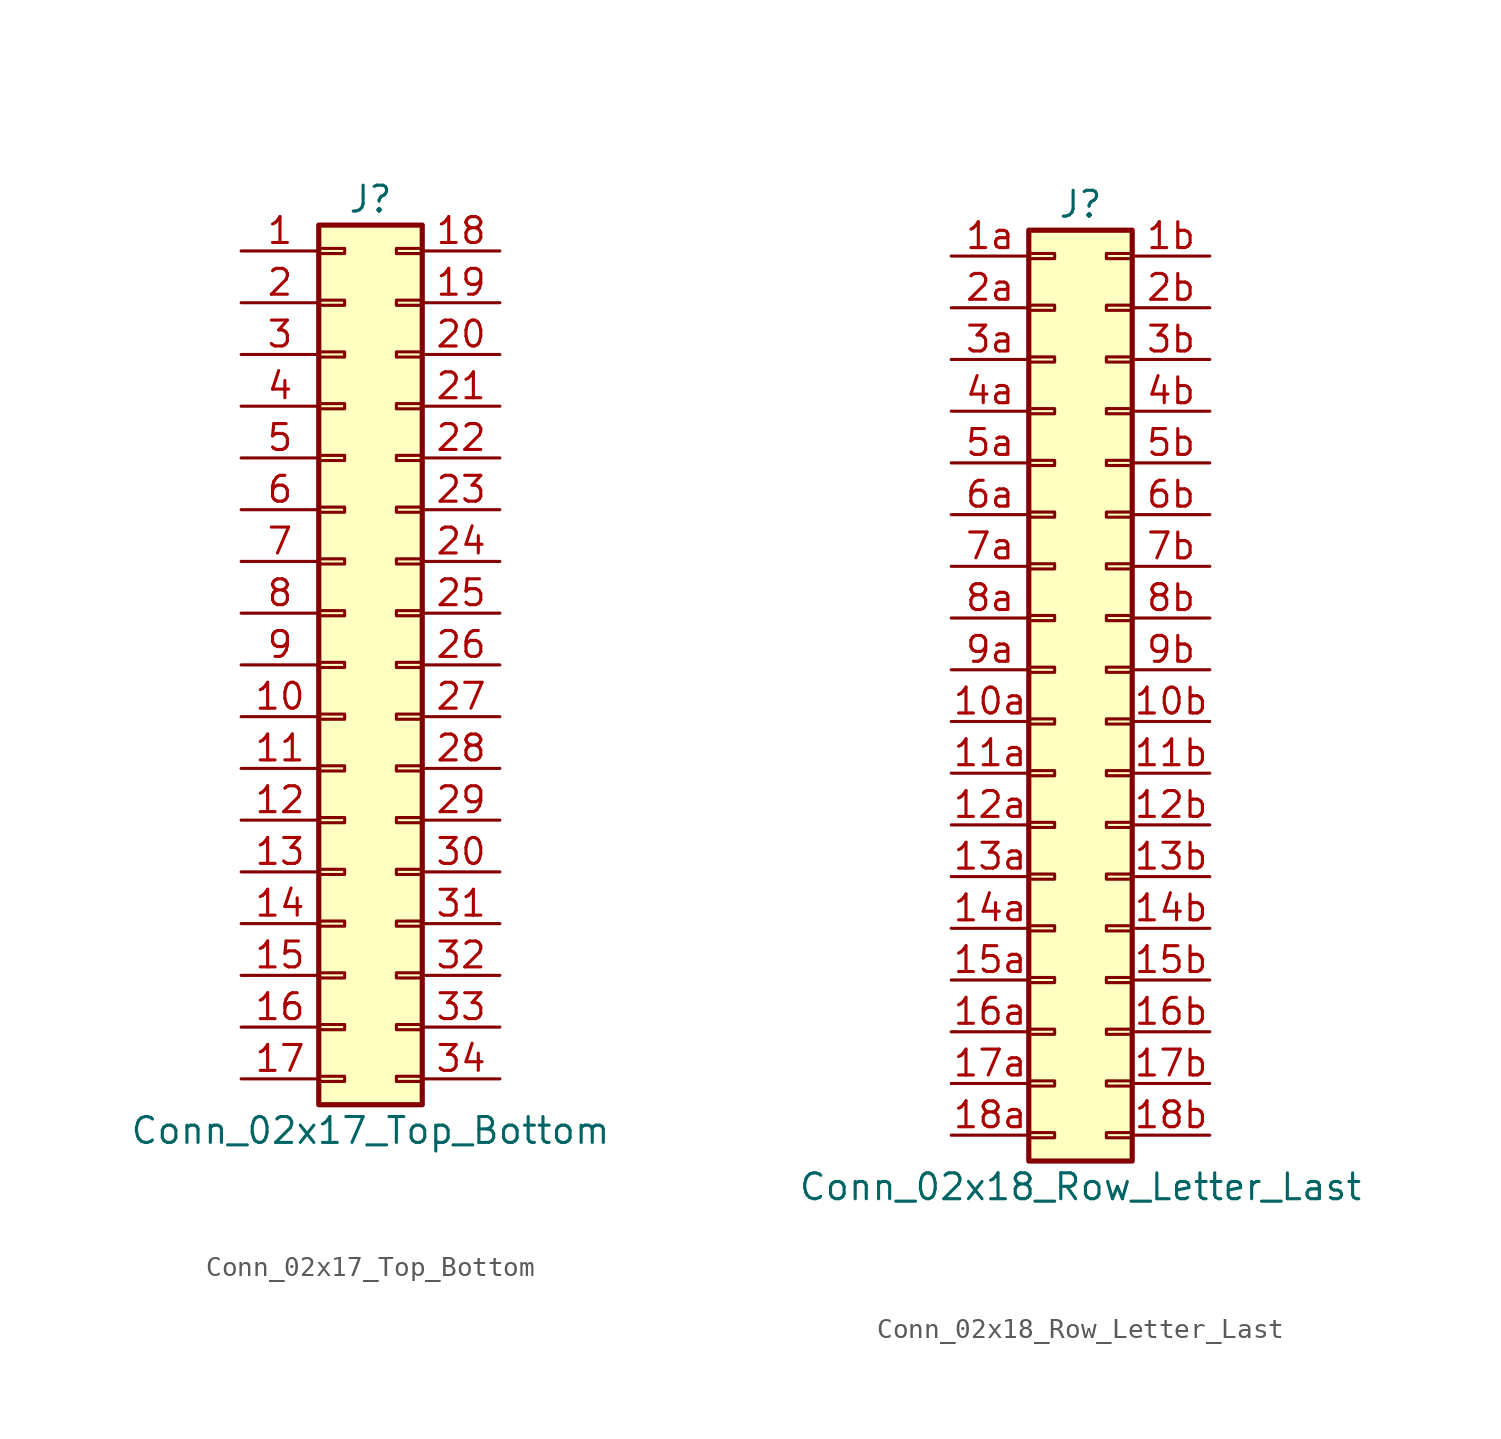
<source format=kicad_sym>
(kicad_symbol_lib
  (version 20201005)
  (generator kicad_symbol_editor)
  (symbol "Conn_02x17_Top_Bottom"
    (pin_names
      (offset 1.016) hide)
    (property "Reference" "J"
      (at 1.27 22.86 0)
      (effects (font (size 1.27 1.27))))
    (property "Value" "Conn_02x17_Top_Bottom"
      (at 1.27 -22.86 0)
      (effects (font (size 1.27 1.27))))
    (symbol "Conn_02x17_Top_Bottom_1_1"
      (rectangle (start -1.27 -20.193) (end 0 -20.447) (stroke (width 0.152)) (fill (type none)))
      (rectangle (start -1.27 -17.653) (end 0 -17.907) (stroke (width 0.152)) (fill (type none)))
      (rectangle (start -1.27 -15.113) (end 0 -15.367) (stroke (width 0.152)) (fill (type none)))
      (rectangle (start -1.27 -12.573) (end 0 -12.827) (stroke (width 0.152)) (fill (type none)))
      (rectangle (start -1.27 -10.033) (end 0 -10.287) (stroke (width 0.152)) (fill (type none)))
      (rectangle (start -1.27 -7.493) (end 0 -7.747) (stroke (width 0.152)) (fill (type none)))
      (rectangle (start -1.27 -4.953) (end 0 -5.207) (stroke (width 0.152)) (fill (type none)))
      (rectangle (start -1.27 -2.413) (end 0 -2.667) (stroke (width 0.152)) (fill (type none)))
      (rectangle (start -1.27 0.127) (end 0 -0.127) (stroke (width 0.152)) (fill (type none)))
      (rectangle (start -1.27 2.667) (end 0 2.413) (stroke (width 0.152)) (fill (type none)))
      (rectangle (start -1.27 5.207) (end 0 4.953) (stroke (width 0.152)) (fill (type none)))
      (rectangle (start -1.27 7.747) (end 0 7.493) (stroke (width 0.152)) (fill (type none)))
      (rectangle (start -1.27 10.287) (end 0 10.033) (stroke (width 0.152)) (fill (type none)))
      (rectangle (start -1.27 12.827) (end 0 12.573) (stroke (width 0.152)) (fill (type none)))
      (rectangle (start -1.27 15.367) (end 0 15.113) (stroke (width 0.152)) (fill (type none)))
      (rectangle (start -1.27 17.907) (end 0 17.653) (stroke (width 0.152)) (fill (type none)))
      (rectangle (start -1.27 20.447) (end 0 20.193) (stroke (width 0.152)) (fill (type none)))
      (rectangle (start -1.27 21.59) (end 3.81 -21.59) (stroke (width 0.254)) (fill (type background)))
      (rectangle (start 3.81 -20.193) (end 2.54 -20.447) (stroke (width 0.152)) (fill (type none)))
      (rectangle (start 3.81 -17.653) (end 2.54 -17.907) (stroke (width 0.152)) (fill (type none)))
      (rectangle (start 3.81 -15.113) (end 2.54 -15.367) (stroke (width 0.152)) (fill (type none)))
      (rectangle (start 3.81 -12.573) (end 2.54 -12.827) (stroke (width 0.152)) (fill (type none)))
      (rectangle (start 3.81 -10.033) (end 2.54 -10.287) (stroke (width 0.152)) (fill (type none)))
      (rectangle (start 3.81 -7.493) (end 2.54 -7.747) (stroke (width 0.152)) (fill (type none)))
      (rectangle (start 3.81 -4.953) (end 2.54 -5.207) (stroke (width 0.152)) (fill (type none)))
      (rectangle (start 3.81 -2.413) (end 2.54 -2.667) (stroke (width 0.152)) (fill (type none)))
      (rectangle (start 3.81 0.127) (end 2.54 -0.127) (stroke (width 0.152)) (fill (type none)))
      (rectangle (start 3.81 2.667) (end 2.54 2.413) (stroke (width 0.152)) (fill (type none)))
      (rectangle (start 3.81 5.207) (end 2.54 4.953) (stroke (width 0.152)) (fill (type none)))
      (rectangle (start 3.81 7.747) (end 2.54 7.493) (stroke (width 0.152)) (fill (type none)))
      (rectangle (start 3.81 10.287) (end 2.54 10.033) (stroke (width 0.152)) (fill (type none)))
      (rectangle (start 3.81 12.827) (end 2.54 12.573) (stroke (width 0.152)) (fill (type none)))
      (rectangle (start 3.81 15.367) (end 2.54 15.113) (stroke (width 0.152)) (fill (type none)))
      (rectangle (start 3.81 17.907) (end 2.54 17.653) (stroke (width 0.152)) (fill (type none)))
      (rectangle (start 3.81 20.447) (end 2.54 20.193) (stroke (width 0.152)) (fill (type none)))
      (pin passive line (at -5.08 20.32 0) (length 3.81) (name "Pin_1" (effects (font (size 1.27 1.27)))) (number "1" (effects (font (size 1.27 1.27)))))
      (pin passive line (at -5.08 -2.54 0) (length 3.81) (name "Pin_10" (effects (font (size 1.27 1.27)))) (number "10" (effects (font (size 1.27 1.27)))))
      (pin passive line (at -5.08 -5.08 0) (length 3.81) (name "Pin_11" (effects (font (size 1.27 1.27)))) (number "11" (effects (font (size 1.27 1.27)))))
      (pin passive line (at -5.08 -7.62 0) (length 3.81) (name "Pin_12" (effects (font (size 1.27 1.27)))) (number "12" (effects (font (size 1.27 1.27)))))
      (pin passive line (at -5.08 -10.16 0) (length 3.81) (name "Pin_13" (effects (font (size 1.27 1.27)))) (number "13" (effects (font (size 1.27 1.27)))))
      (pin passive line (at -5.08 -12.7 0) (length 3.81) (name "Pin_14" (effects (font (size 1.27 1.27)))) (number "14" (effects (font (size 1.27 1.27)))))
      (pin passive line (at -5.08 -15.24 0) (length 3.81) (name "Pin_15" (effects (font (size 1.27 1.27)))) (number "15" (effects (font (size 1.27 1.27)))))
      (pin passive line (at -5.08 -17.78 0) (length 3.81) (name "Pin_16" (effects (font (size 1.27 1.27)))) (number "16" (effects (font (size 1.27 1.27)))))
      (pin passive line (at -5.08 -20.32 0) (length 3.81) (name "Pin_17" (effects (font (size 1.27 1.27)))) (number "17" (effects (font (size 1.27 1.27)))))
      (pin passive line (at 7.62 20.32 180) (length 3.81) (name "Pin_18" (effects (font (size 1.27 1.27)))) (number "18" (effects (font (size 1.27 1.27)))))
      (pin passive line (at 7.62 17.78 180) (length 3.81) (name "Pin_19" (effects (font (size 1.27 1.27)))) (number "19" (effects (font (size 1.27 1.27)))))
      (pin passive line (at -5.08 17.78 0) (length 3.81) (name "Pin_2" (effects (font (size 1.27 1.27)))) (number "2" (effects (font (size 1.27 1.27)))))
      (pin passive line (at 7.62 15.24 180) (length 3.81) (name "Pin_20" (effects (font (size 1.27 1.27)))) (number "20" (effects (font (size 1.27 1.27)))))
      (pin passive line (at 7.62 12.7 180) (length 3.81) (name "Pin_21" (effects (font (size 1.27 1.27)))) (number "21" (effects (font (size 1.27 1.27)))))
      (pin passive line (at 7.62 10.16 180) (length 3.81) (name "Pin_22" (effects (font (size 1.27 1.27)))) (number "22" (effects (font (size 1.27 1.27)))))
      (pin passive line (at 7.62 7.62 180) (length 3.81) (name "Pin_23" (effects (font (size 1.27 1.27)))) (number "23" (effects (font (size 1.27 1.27)))))
      (pin passive line (at 7.62 5.08 180) (length 3.81) (name "Pin_24" (effects (font (size 1.27 1.27)))) (number "24" (effects (font (size 1.27 1.27)))))
      (pin passive line (at 7.62 2.54 180) (length 3.81) (name "Pin_25" (effects (font (size 1.27 1.27)))) (number "25" (effects (font (size 1.27 1.27)))))
      (pin passive line (at 7.62 0 180) (length 3.81) (name "Pin_26" (effects (font (size 1.27 1.27)))) (number "26" (effects (font (size 1.27 1.27)))))
      (pin passive line (at 7.62 -2.54 180) (length 3.81) (name "Pin_27" (effects (font (size 1.27 1.27)))) (number "27" (effects (font (size 1.27 1.27)))))
      (pin passive line (at 7.62 -5.08 180) (length 3.81) (name "Pin_28" (effects (font (size 1.27 1.27)))) (number "28" (effects (font (size 1.27 1.27)))))
      (pin passive line (at 7.62 -7.62 180) (length 3.81) (name "Pin_29" (effects (font (size 1.27 1.27)))) (number "29" (effects (font (size 1.27 1.27)))))
      (pin passive line (at -5.08 15.24 0) (length 3.81) (name "Pin_3" (effects (font (size 1.27 1.27)))) (number "3" (effects (font (size 1.27 1.27)))))
      (pin passive line (at 7.62 -10.16 180) (length 3.81) (name "Pin_30" (effects (font (size 1.27 1.27)))) (number "30" (effects (font (size 1.27 1.27)))))
      (pin passive line (at 7.62 -12.7 180) (length 3.81) (name "Pin_31" (effects (font (size 1.27 1.27)))) (number "31" (effects (font (size 1.27 1.27)))))
      (pin passive line (at 7.62 -15.24 180) (length 3.81) (name "Pin_32" (effects (font (size 1.27 1.27)))) (number "32" (effects (font (size 1.27 1.27)))))
      (pin passive line (at 7.62 -17.78 180) (length 3.81) (name "Pin_33" (effects (font (size 1.27 1.27)))) (number "33" (effects (font (size 1.27 1.27)))))
      (pin passive line (at 7.62 -20.32 180) (length 3.81) (name "Pin_34" (effects (font (size 1.27 1.27)))) (number "34" (effects (font (size 1.27 1.27)))))
      (pin passive line (at -5.08 12.7 0) (length 3.81) (name "Pin_4" (effects (font (size 1.27 1.27)))) (number "4" (effects (font (size 1.27 1.27)))))
      (pin passive line (at -5.08 10.16 0) (length 3.81) (name "Pin_5" (effects (font (size 1.27 1.27)))) (number "5" (effects (font (size 1.27 1.27)))))
      (pin passive line (at -5.08 7.62 0) (length 3.81) (name "Pin_6" (effects (font (size 1.27 1.27)))) (number "6" (effects (font (size 1.27 1.27)))))
      (pin passive line (at -5.08 5.08 0) (length 3.81) (name "Pin_7" (effects (font (size 1.27 1.27)))) (number "7" (effects (font (size 1.27 1.27)))))
      (pin passive line (at -5.08 2.54 0) (length 3.81) (name "Pin_8" (effects (font (size 1.27 1.27)))) (number "8" (effects (font (size 1.27 1.27)))))
      (pin passive line (at -5.08 0 0) (length 3.81) (name "Pin_9" (effects (font (size 1.27 1.27)))) (number "9" (effects (font (size 1.27 1.27)))))))
  (symbol "Conn_02x18_Row_Letter_Last"
    (pin_names
      (offset 1.016) hide)
    (property "Reference" "J"
      (at 1.27 22.86 0)
      (effects (font (size 1.27 1.27))))
    (property "Value" "Conn_02x18_Row_Letter_Last"
      (at 1.27 -25.4 0)
      (effects (font (size 1.27 1.27))))
    (symbol "Conn_02x18_Row_Letter_Last_1_1"
      (rectangle (start -1.27 -22.733) (end 0 -22.987) (stroke (width 0.152)) (fill (type none)))
      (rectangle (start -1.27 -20.193) (end 0 -20.447) (stroke (width 0.152)) (fill (type none)))
      (rectangle (start -1.27 -17.653) (end 0 -17.907) (stroke (width 0.152)) (fill (type none)))
      (rectangle (start -1.27 -15.113) (end 0 -15.367) (stroke (width 0.152)) (fill (type none)))
      (rectangle (start -1.27 -12.573) (end 0 -12.827) (stroke (width 0.152)) (fill (type none)))
      (rectangle (start -1.27 -10.033) (end 0 -10.287) (stroke (width 0.152)) (fill (type none)))
      (rectangle (start -1.27 -7.493) (end 0 -7.747) (stroke (width 0.152)) (fill (type none)))
      (rectangle (start -1.27 -4.953) (end 0 -5.207) (stroke (width 0.152)) (fill (type none)))
      (rectangle (start -1.27 -2.413) (end 0 -2.667) (stroke (width 0.152)) (fill (type none)))
      (rectangle (start -1.27 0.127) (end 0 -0.127) (stroke (width 0.152)) (fill (type none)))
      (rectangle (start -1.27 2.667) (end 0 2.413) (stroke (width 0.152)) (fill (type none)))
      (rectangle (start -1.27 5.207) (end 0 4.953) (stroke (width 0.152)) (fill (type none)))
      (rectangle (start -1.27 7.747) (end 0 7.493) (stroke (width 0.152)) (fill (type none)))
      (rectangle (start -1.27 10.287) (end 0 10.033) (stroke (width 0.152)) (fill (type none)))
      (rectangle (start -1.27 12.827) (end 0 12.573) (stroke (width 0.152)) (fill (type none)))
      (rectangle (start -1.27 15.367) (end 0 15.113) (stroke (width 0.152)) (fill (type none)))
      (rectangle (start -1.27 17.907) (end 0 17.653) (stroke (width 0.152)) (fill (type none)))
      (rectangle (start -1.27 20.447) (end 0 20.193) (stroke (width 0.152)) (fill (type none)))
      (rectangle (start -1.27 21.59) (end 3.81 -24.13) (stroke (width 0.254)) (fill (type background)))
      (rectangle (start 3.81 -22.733) (end 2.54 -22.987) (stroke (width 0.152)) (fill (type none)))
      (rectangle (start 3.81 -20.193) (end 2.54 -20.447) (stroke (width 0.152)) (fill (type none)))
      (rectangle (start 3.81 -17.653) (end 2.54 -17.907) (stroke (width 0.152)) (fill (type none)))
      (rectangle (start 3.81 -15.113) (end 2.54 -15.367) (stroke (width 0.152)) (fill (type none)))
      (rectangle (start 3.81 -12.573) (end 2.54 -12.827) (stroke (width 0.152)) (fill (type none)))
      (rectangle (start 3.81 -10.033) (end 2.54 -10.287) (stroke (width 0.152)) (fill (type none)))
      (rectangle (start 3.81 -7.493) (end 2.54 -7.747) (stroke (width 0.152)) (fill (type none)))
      (rectangle (start 3.81 -4.953) (end 2.54 -5.207) (stroke (width 0.152)) (fill (type none)))
      (rectangle (start 3.81 -2.413) (end 2.54 -2.667) (stroke (width 0.152)) (fill (type none)))
      (rectangle (start 3.81 0.127) (end 2.54 -0.127) (stroke (width 0.152)) (fill (type none)))
      (rectangle (start 3.81 2.667) (end 2.54 2.413) (stroke (width 0.152)) (fill (type none)))
      (rectangle (start 3.81 5.207) (end 2.54 4.953) (stroke (width 0.152)) (fill (type none)))
      (rectangle (start 3.81 7.747) (end 2.54 7.493) (stroke (width 0.152)) (fill (type none)))
      (rectangle (start 3.81 10.287) (end 2.54 10.033) (stroke (width 0.152)) (fill (type none)))
      (rectangle (start 3.81 12.827) (end 2.54 12.573) (stroke (width 0.152)) (fill (type none)))
      (rectangle (start 3.81 15.367) (end 2.54 15.113) (stroke (width 0.152)) (fill (type none)))
      (rectangle (start 3.81 17.907) (end 2.54 17.653) (stroke (width 0.152)) (fill (type none)))
      (rectangle (start 3.81 20.447) (end 2.54 20.193) (stroke (width 0.152)) (fill (type none)))
      (pin passive line (at -5.08 -2.54 0) (length 3.81) (name "Pin_10a" (effects (font (size 1.27 1.27)))) (number "10a" (effects (font (size 1.27 1.27)))))
      (pin passive line (at 7.62 -2.54 180) (length 3.81) (name "Pin_10b" (effects (font (size 1.27 1.27)))) (number "10b" (effects (font (size 1.27 1.27)))))
      (pin passive line (at -5.08 -5.08 0) (length 3.81) (name "Pin_11a" (effects (font (size 1.27 1.27)))) (number "11a" (effects (font (size 1.27 1.27)))))
      (pin passive line (at 7.62 -5.08 180) (length 3.81) (name "Pin_11b" (effects (font (size 1.27 1.27)))) (number "11b" (effects (font (size 1.27 1.27)))))
      (pin passive line (at -5.08 -7.62 0) (length 3.81) (name "Pin_12a" (effects (font (size 1.27 1.27)))) (number "12a" (effects (font (size 1.27 1.27)))))
      (pin passive line (at 7.62 -7.62 180) (length 3.81) (name "Pin_12b" (effects (font (size 1.27 1.27)))) (number "12b" (effects (font (size 1.27 1.27)))))
      (pin passive line (at -5.08 -10.16 0) (length 3.81) (name "Pin_13a" (effects (font (size 1.27 1.27)))) (number "13a" (effects (font (size 1.27 1.27)))))
      (pin passive line (at 7.62 -10.16 180) (length 3.81) (name "Pin_13b" (effects (font (size 1.27 1.27)))) (number "13b" (effects (font (size 1.27 1.27)))))
      (pin passive line (at -5.08 -12.7 0) (length 3.81) (name "Pin_14a" (effects (font (size 1.27 1.27)))) (number "14a" (effects (font (size 1.27 1.27)))))
      (pin passive line (at 7.62 -12.7 180) (length 3.81) (name "Pin_14b" (effects (font (size 1.27 1.27)))) (number "14b" (effects (font (size 1.27 1.27)))))
      (pin passive line (at -5.08 -15.24 0) (length 3.81) (name "Pin_15a" (effects (font (size 1.27 1.27)))) (number "15a" (effects (font (size 1.27 1.27)))))
      (pin passive line (at 7.62 -15.24 180) (length 3.81) (name "Pin_15b" (effects (font (size 1.27 1.27)))) (number "15b" (effects (font (size 1.27 1.27)))))
      (pin passive line (at -5.08 -17.78 0) (length 3.81) (name "Pin_16a" (effects (font (size 1.27 1.27)))) (number "16a" (effects (font (size 1.27 1.27)))))
      (pin passive line (at 7.62 -17.78 180) (length 3.81) (name "Pin_16b" (effects (font (size 1.27 1.27)))) (number "16b" (effects (font (size 1.27 1.27)))))
      (pin passive line (at -5.08 -20.32 0) (length 3.81) (name "Pin_17a" (effects (font (size 1.27 1.27)))) (number "17a" (effects (font (size 1.27 1.27)))))
      (pin passive line (at 7.62 -20.32 180) (length 3.81) (name "Pin_17b" (effects (font (size 1.27 1.27)))) (number "17b" (effects (font (size 1.27 1.27)))))
      (pin passive line (at -5.08 -22.86 0) (length 3.81) (name "Pin_18a" (effects (font (size 1.27 1.27)))) (number "18a" (effects (font (size 1.27 1.27)))))
      (pin passive line (at 7.62 -22.86 180) (length 3.81) (name "Pin_18b" (effects (font (size 1.27 1.27)))) (number "18b" (effects (font (size 1.27 1.27)))))
      (pin passive line (at -5.08 20.32 0) (length 3.81) (name "Pin_1a" (effects (font (size 1.27 1.27)))) (number "1a" (effects (font (size 1.27 1.27)))))
      (pin passive line (at 7.62 20.32 180) (length 3.81) (name "Pin_1b" (effects (font (size 1.27 1.27)))) (number "1b" (effects (font (size 1.27 1.27)))))
      (pin passive line (at -5.08 17.78 0) (length 3.81) (name "Pin_2a" (effects (font (size 1.27 1.27)))) (number "2a" (effects (font (size 1.27 1.27)))))
      (pin passive line (at 7.62 17.78 180) (length 3.81) (name "Pin_2b" (effects (font (size 1.27 1.27)))) (number "2b" (effects (font (size 1.27 1.27)))))
      (pin passive line (at -5.08 15.24 0) (length 3.81) (name "Pin_3a" (effects (font (size 1.27 1.27)))) (number "3a" (effects (font (size 1.27 1.27)))))
      (pin passive line (at 7.62 15.24 180) (length 3.81) (name "Pin_3b" (effects (font (size 1.27 1.27)))) (number "3b" (effects (font (size 1.27 1.27)))))
      (pin passive line (at -5.08 12.7 0) (length 3.81) (name "Pin_4a" (effects (font (size 1.27 1.27)))) (number "4a" (effects (font (size 1.27 1.27)))))
      (pin passive line (at 7.62 12.7 180) (length 3.81) (name "Pin_4b" (effects (font (size 1.27 1.27)))) (number "4b" (effects (font (size 1.27 1.27)))))
      (pin passive line (at -5.08 10.16 0) (length 3.81) (name "Pin_5a" (effects (font (size 1.27 1.27)))) (number "5a" (effects (font (size 1.27 1.27)))))
      (pin passive line (at 7.62 10.16 180) (length 3.81) (name "Pin_5b" (effects (font (size 1.27 1.27)))) (number "5b" (effects (font (size 1.27 1.27)))))
      (pin passive line (at -5.08 7.62 0) (length 3.81) (name "Pin_6a" (effects (font (size 1.27 1.27)))) (number "6a" (effects (font (size 1.27 1.27)))))
      (pin passive line (at 7.62 7.62 180) (length 3.81) (name "Pin_6b" (effects (font (size 1.27 1.27)))) (number "6b" (effects (font (size 1.27 1.27)))))
      (pin passive line (at -5.08 5.08 0) (length 3.81) (name "Pin_7a" (effects (font (size 1.27 1.27)))) (number "7a" (effects (font (size 1.27 1.27)))))
      (pin passive line (at 7.62 5.08 180) (length 3.81) (name "Pin_7b" (effects (font (size 1.27 1.27)))) (number "7b" (effects (font (size 1.27 1.27)))))
      (pin passive line (at -5.08 2.54 0) (length 3.81) (name "Pin_8a" (effects (font (size 1.27 1.27)))) (number "8a" (effects (font (size 1.27 1.27)))))
      (pin passive line (at 7.62 2.54 180) (length 3.81) (name "Pin_8b" (effects (font (size 1.27 1.27)))) (number "8b" (effects (font (size 1.27 1.27)))))
      (pin passive line (at -5.08 0 0) (length 3.81) (name "Pin_9a" (effects (font (size 1.27 1.27)))) (number "9a" (effects (font (size 1.27 1.27)))))
      (pin passive line (at 7.62 0 180) (length 3.81) (name "Pin_9b" (effects (font (size 1.27 1.27)))) (number "9b" (effects (font (size 1.27 1.27))))))))
</source>
